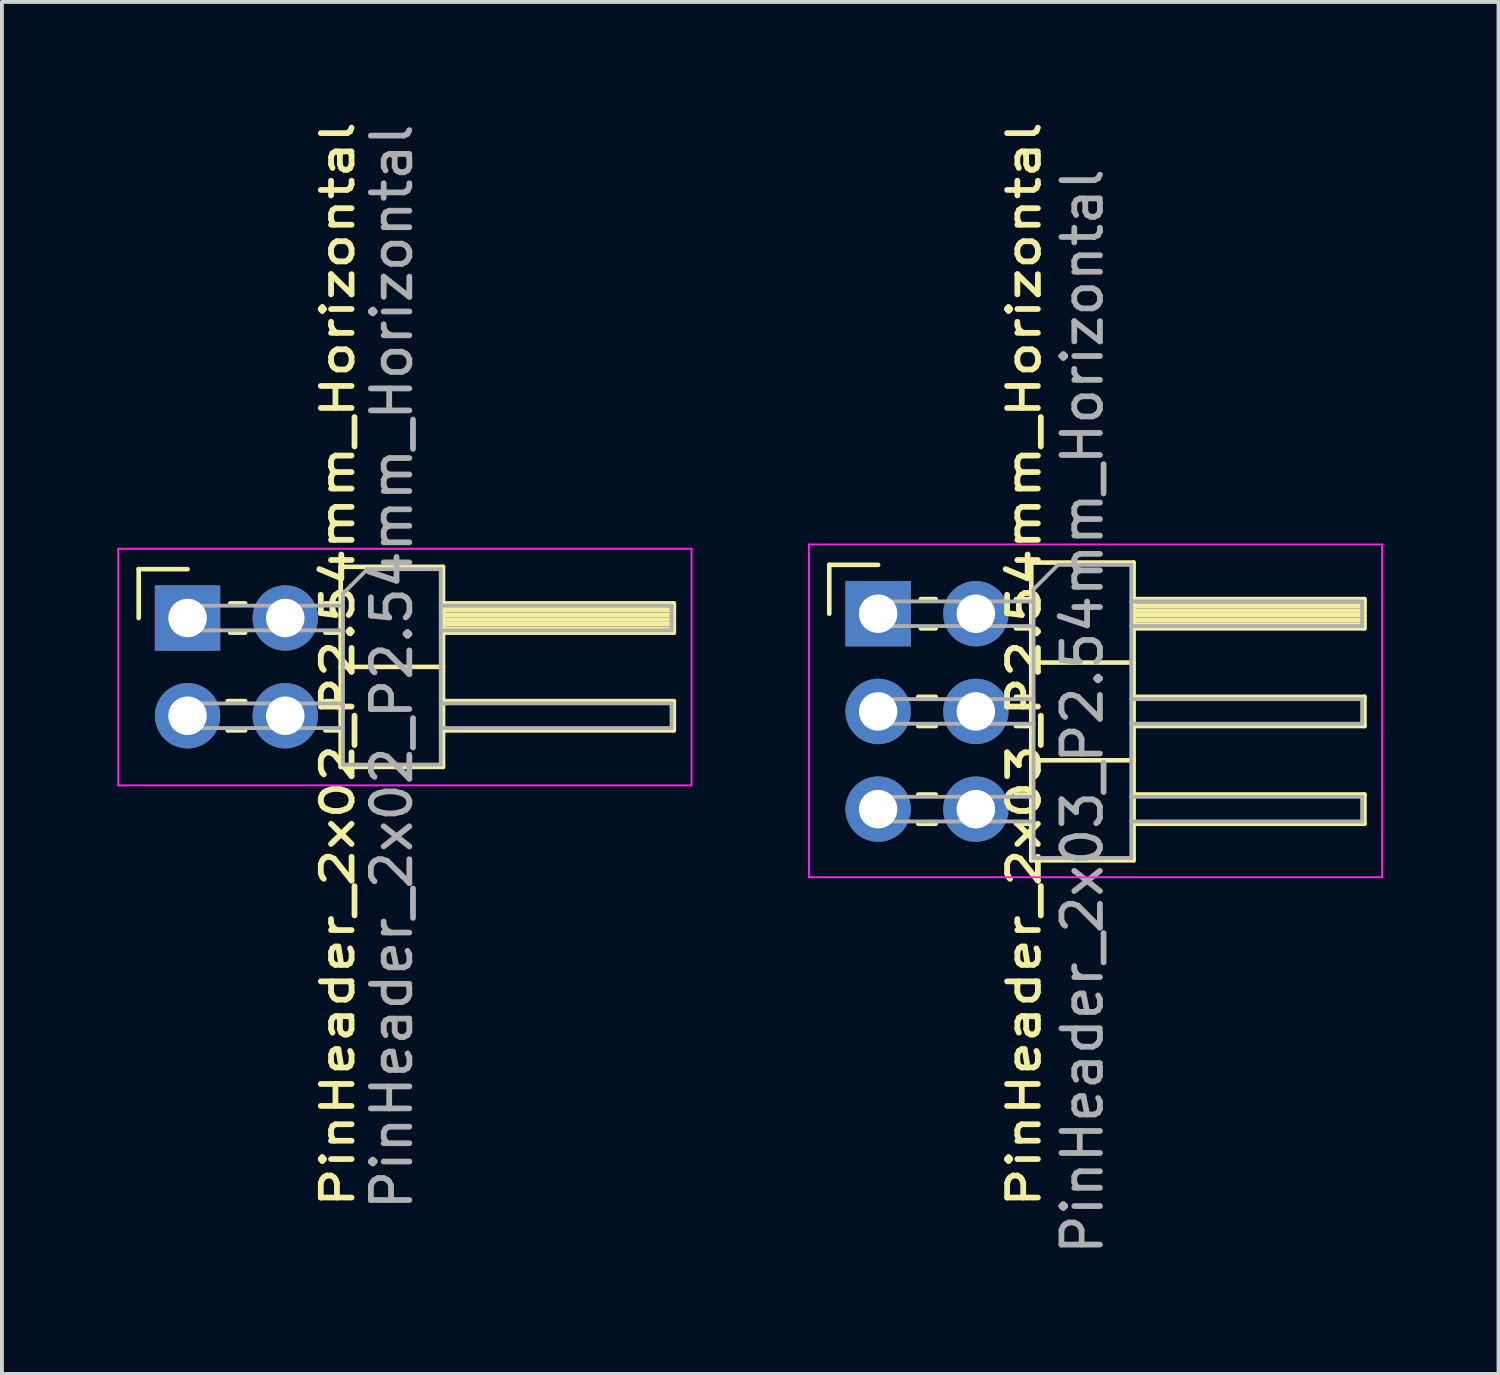
<source format=kicad_pcb>
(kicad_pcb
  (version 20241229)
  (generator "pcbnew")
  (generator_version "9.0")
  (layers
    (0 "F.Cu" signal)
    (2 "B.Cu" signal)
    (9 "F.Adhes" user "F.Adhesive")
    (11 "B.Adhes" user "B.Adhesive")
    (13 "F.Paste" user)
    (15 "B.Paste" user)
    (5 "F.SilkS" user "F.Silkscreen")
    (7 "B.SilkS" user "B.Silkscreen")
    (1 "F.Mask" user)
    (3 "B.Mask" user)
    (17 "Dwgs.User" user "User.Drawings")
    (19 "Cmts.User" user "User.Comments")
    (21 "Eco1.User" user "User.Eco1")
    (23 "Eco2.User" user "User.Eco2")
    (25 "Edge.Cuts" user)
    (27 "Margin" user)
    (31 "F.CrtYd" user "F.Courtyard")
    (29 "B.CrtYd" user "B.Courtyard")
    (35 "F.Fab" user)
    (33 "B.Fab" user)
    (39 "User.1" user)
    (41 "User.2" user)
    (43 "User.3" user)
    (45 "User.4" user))
  (footprint "PinHeader_2x02_P2.54mm_Horizontal"
    (layer "F.Cu")
    (at 1.825 13.014)
    (property "Reference" "PinHeader_2x02_P2.54mm_Horizontal" (at 3.901 1.206 270) (layer "F.SilkS") (effects (font (size 0.8 1) (thickness 0.15))))
    (attr through_hole)
    (fp_line (start -1.27 -1.27) (end 0 -1.27) (stroke (width 0.12) (type solid)) (layer "F.SilkS"))
    (fp_line (start -1.27 0) (end -1.27 -1.27) (stroke (width 0.12) (type solid)) (layer "F.SilkS"))
    (fp_line (start 1.043 2.16) (end 1.497 2.16) (stroke (width 0.12) (type solid)) (layer "F.SilkS"))
    (fp_line (start 1.043 2.92) (end 1.497 2.92) (stroke (width 0.12) (type solid)) (layer "F.SilkS"))
    (fp_line (start 1.11 -0.38) (end 1.497 -0.38) (stroke (width 0.12) (type solid)) (layer "F.SilkS"))
    (fp_line (start 1.11 0.38) (end 1.497 0.38) (stroke (width 0.12) (type solid)) (layer "F.SilkS"))
    (fp_line (start 3.583 -0.38) (end 3.98 -0.38) (stroke (width 0.12) (type solid)) (layer "F.SilkS"))
    (fp_line (start 3.583 0.38) (end 3.98 0.38) (stroke (width 0.12) (type solid)) (layer "F.SilkS"))
    (fp_line (start 3.583 2.16) (end 3.98 2.16) (stroke (width 0.12) (type solid)) (layer "F.SilkS"))
    (fp_line (start 3.583 2.92) (end 3.98 2.92) (stroke (width 0.12) (type solid)) (layer "F.SilkS"))
    (fp_line (start 3.98 -1.33) (end 3.98 3.87) (stroke (width 0.12) (type solid)) (layer "F.SilkS"))
    (fp_line (start 3.98 1.27) (end 6.64 1.27) (stroke (width 0.12) (type solid)) (layer "F.SilkS"))
    (fp_line (start 3.98 3.87) (end 6.64 3.87) (stroke (width 0.12) (type solid)) (layer "F.SilkS"))
    (fp_line (start 6.64 -1.33) (end 3.98 -1.33) (stroke (width 0.12) (type solid)) (layer "F.SilkS"))
    (fp_line (start 6.64 -0.38) (end 12.64 -0.38) (stroke (width 0.12) (type solid)) (layer "F.SilkS"))
    (fp_line (start 6.64 -0.32) (end 12.64 -0.32) (stroke (width 0.12) (type solid)) (layer "F.SilkS"))
    (fp_line (start 6.64 -0.2) (end 12.64 -0.2) (stroke (width 0.12) (type solid)) (layer "F.SilkS"))
    (fp_line (start 6.64 -0.08) (end 12.64 -0.08) (stroke (width 0.12) (type solid)) (layer "F.SilkS"))
    (fp_line (start 6.64 0.04) (end 12.64 0.04) (stroke (width 0.12) (type solid)) (layer "F.SilkS"))
    (fp_line (start 6.64 0.16) (end 12.64 0.16) (stroke (width 0.12) (type solid)) (layer "F.SilkS"))
    (fp_line (start 6.64 0.28) (end 12.64 0.28) (stroke (width 0.12) (type solid)) (layer "F.SilkS"))
    (fp_line (start 6.64 2.16) (end 12.64 2.16) (stroke (width 0.12) (type solid)) (layer "F.SilkS"))
    (fp_line (start 6.64 3.87) (end 6.64 -1.33) (stroke (width 0.12) (type solid)) (layer "F.SilkS"))
    (fp_line (start 12.64 -0.38) (end 12.64 0.38) (stroke (width 0.12) (type solid)) (layer "F.SilkS"))
    (fp_line (start 12.64 0.38) (end 6.64 0.38) (stroke (width 0.12) (type solid)) (layer "F.SilkS"))
    (fp_line (start 12.64 2.16) (end 12.64 2.92) (stroke (width 0.12) (type solid)) (layer "F.SilkS"))
    (fp_line (start 12.64 2.92) (end 6.64 2.92) (stroke (width 0.12) (type solid)) (layer "F.SilkS"))
    (fp_line (start -1.8 -1.8) (end -1.8 4.35) (stroke (width 0.05) (type solid)) (layer "F.CrtYd"))
    (fp_line (start -1.8 4.35) (end 13.1 4.35) (stroke (width 0.05) (type solid)) (layer "F.CrtYd"))
    (fp_line (start 13.1 -1.8) (end -1.8 -1.8) (stroke (width 0.05) (type solid)) (layer "F.CrtYd"))
    (fp_line (start 13.1 4.35) (end 13.1 -1.8) (stroke (width 0.05) (type solid)) (layer "F.CrtYd"))
    (fp_line (start -0.32 -0.32) (end -0.32 0.32) (stroke (width 0.1) (type solid)) (layer "F.Fab"))
    (fp_line (start -0.32 -0.32) (end 4.04 -0.32) (stroke (width 0.1) (type solid)) (layer "F.Fab"))
    (fp_line (start -0.32 0.32) (end 4.04 0.32) (stroke (width 0.1) (type solid)) (layer "F.Fab"))
    (fp_line (start -0.32 2.22) (end -0.32 2.86) (stroke (width 0.1) (type solid)) (layer "F.Fab"))
    (fp_line (start -0.32 2.22) (end 4.04 2.22) (stroke (width 0.1) (type solid)) (layer "F.Fab"))
    (fp_line (start -0.32 2.86) (end 4.04 2.86) (stroke (width 0.1) (type solid)) (layer "F.Fab"))
    (fp_line (start 4.04 -0.635) (end 4.675 -1.27) (stroke (width 0.1) (type solid)) (layer "F.Fab"))
    (fp_line (start 4.04 3.81) (end 4.04 -0.635) (stroke (width 0.1) (type solid)) (layer "F.Fab"))
    (fp_line (start 4.675 -1.27) (end 6.58 -1.27) (stroke (width 0.1) (type solid)) (layer "F.Fab"))
    (fp_line (start 6.58 -1.27) (end 6.58 3.81) (stroke (width 0.1) (type solid)) (layer "F.Fab"))
    (fp_line (start 6.58 -0.32) (end 12.58 -0.32) (stroke (width 0.1) (type solid)) (layer "F.Fab"))
    (fp_line (start 6.58 0.32) (end 12.58 0.32) (stroke (width 0.1) (type solid)) (layer "F.Fab"))
    (fp_line (start 6.58 2.22) (end 12.58 2.22) (stroke (width 0.1) (type solid)) (layer "F.Fab"))
    (fp_line (start 6.58 2.86) (end 12.58 2.86) (stroke (width 0.1) (type solid)) (layer "F.Fab"))
    (fp_line (start 6.58 3.81) (end 4.04 3.81) (stroke (width 0.1) (type solid)) (layer "F.Fab"))
    (fp_line (start 12.58 -0.32) (end 12.58 0.32) (stroke (width 0.1) (type solid)) (layer "F.Fab"))
    (fp_line (start 12.58 2.22) (end 12.58 2.86) (stroke (width 0.1) (type solid)) (layer "F.Fab"))
    (fp_text user "${REFERENCE}" (at 5.31 1.27 270) (layer "F.Fab") (effects (font (size 1 1) (thickness 0.15))))
    (pad "1" thru_hole rect (at 0 0) (size 1.7 1.7) (drill 1) (layers "*.Cu" "*.Mask"))
    (pad "2" thru_hole oval (at 2.54 0) (size 1.7 1.7) (drill 1) (layers "*.Cu" "*.Mask"))
    (pad "3" thru_hole oval (at 0 2.54) (size 1.7 1.7) (drill 1) (layers "*.Cu" "*.Mask"))
    (pad "4" thru_hole oval (at 2.54 2.54) (size 1.7 1.7) (drill 1) (layers "*.Cu" "*.Mask")))
  (footprint "PinHeader_2x03_P2.54mm_Horizontal"
    (layer "F.Cu")
    (at 19.775 12.902)
    (property "Reference" "PinHeader_2x03_P2.54mm_Horizontal" (at 3.79 1.318 90) (layer "F.SilkS") (effects (font (size 0.8 1) (thickness 0.15))))
    (attr through_hole)
    (fp_line (start -1.27 -1.27) (end 0 -1.27) (stroke (width 0.12) (type solid)) (layer "F.SilkS"))
    (fp_line (start -1.27 0) (end -1.27 -1.27) (stroke (width 0.12) (type solid)) (layer "F.SilkS"))
    (fp_line (start 1.043 2.16) (end 1.497 2.16) (stroke (width 0.12) (type solid)) (layer "F.SilkS"))
    (fp_line (start 1.043 2.92) (end 1.497 2.92) (stroke (width 0.12) (type solid)) (layer "F.SilkS"))
    (fp_line (start 1.043 4.7) (end 1.497 4.7) (stroke (width 0.12) (type solid)) (layer "F.SilkS"))
    (fp_line (start 1.043 5.46) (end 1.497 5.46) (stroke (width 0.12) (type solid)) (layer "F.SilkS"))
    (fp_line (start 1.11 -0.38) (end 1.497 -0.38) (stroke (width 0.12) (type solid)) (layer "F.SilkS"))
    (fp_line (start 1.11 0.38) (end 1.497 0.38) (stroke (width 0.12) (type solid)) (layer "F.SilkS"))
    (fp_line (start 3.583 -0.38) (end 3.98 -0.38) (stroke (width 0.12) (type solid)) (layer "F.SilkS"))
    (fp_line (start 3.583 0.38) (end 3.98 0.38) (stroke (width 0.12) (type solid)) (layer "F.SilkS"))
    (fp_line (start 3.583 2.16) (end 3.98 2.16) (stroke (width 0.12) (type solid)) (layer "F.SilkS"))
    (fp_line (start 3.583 2.92) (end 3.98 2.92) (stroke (width 0.12) (type solid)) (layer "F.SilkS"))
    (fp_line (start 3.583 4.7) (end 3.98 4.7) (stroke (width 0.12) (type solid)) (layer "F.SilkS"))
    (fp_line (start 3.583 5.46) (end 3.98 5.46) (stroke (width 0.12) (type solid)) (layer "F.SilkS"))
    (fp_line (start 3.98 -1.33) (end 3.98 6.41) (stroke (width 0.12) (type solid)) (layer "F.SilkS"))
    (fp_line (start 3.98 1.27) (end 6.64 1.27) (stroke (width 0.12) (type solid)) (layer "F.SilkS"))
    (fp_line (start 3.98 3.81) (end 6.64 3.81) (stroke (width 0.12) (type solid)) (layer "F.SilkS"))
    (fp_line (start 3.98 6.41) (end 6.64 6.41) (stroke (width 0.12) (type solid)) (layer "F.SilkS"))
    (fp_line (start 6.64 -1.33) (end 3.98 -1.33) (stroke (width 0.12) (type solid)) (layer "F.SilkS"))
    (fp_line (start 6.64 -0.38) (end 12.64 -0.38) (stroke (width 0.12) (type solid)) (layer "F.SilkS"))
    (fp_line (start 6.64 -0.32) (end 12.64 -0.32) (stroke (width 0.12) (type solid)) (layer "F.SilkS"))
    (fp_line (start 6.64 -0.2) (end 12.64 -0.2) (stroke (width 0.12) (type solid)) (layer "F.SilkS"))
    (fp_line (start 6.64 -0.08) (end 12.64 -0.08) (stroke (width 0.12) (type solid)) (layer "F.SilkS"))
    (fp_line (start 6.64 0.04) (end 12.64 0.04) (stroke (width 0.12) (type solid)) (layer "F.SilkS"))
    (fp_line (start 6.64 0.16) (end 12.64 0.16) (stroke (width 0.12) (type solid)) (layer "F.SilkS"))
    (fp_line (start 6.64 0.28) (end 12.64 0.28) (stroke (width 0.12) (type solid)) (layer "F.SilkS"))
    (fp_line (start 6.64 2.16) (end 12.64 2.16) (stroke (width 0.12) (type solid)) (layer "F.SilkS"))
    (fp_line (start 6.64 4.7) (end 12.64 4.7) (stroke (width 0.12) (type solid)) (layer "F.SilkS"))
    (fp_line (start 6.64 6.41) (end 6.64 -1.33) (stroke (width 0.12) (type solid)) (layer "F.SilkS"))
    (fp_line (start 12.64 -0.38) (end 12.64 0.38) (stroke (width 0.12) (type solid)) (layer "F.SilkS"))
    (fp_line (start 12.64 0.38) (end 6.64 0.38) (stroke (width 0.12) (type solid)) (layer "F.SilkS"))
    (fp_line (start 12.64 2.16) (end 12.64 2.92) (stroke (width 0.12) (type solid)) (layer "F.SilkS"))
    (fp_line (start 12.64 2.92) (end 6.64 2.92) (stroke (width 0.12) (type solid)) (layer "F.SilkS"))
    (fp_line (start 12.64 4.7) (end 12.64 5.46) (stroke (width 0.12) (type solid)) (layer "F.SilkS"))
    (fp_line (start 12.64 5.46) (end 6.64 5.46) (stroke (width 0.12) (type solid)) (layer "F.SilkS"))
    (fp_line (start -1.8 -1.8) (end -1.8 6.85) (stroke (width 0.05) (type solid)) (layer "F.CrtYd"))
    (fp_line (start -1.8 6.85) (end 13.1 6.85) (stroke (width 0.05) (type solid)) (layer "F.CrtYd"))
    (fp_line (start 13.1 -1.8) (end -1.8 -1.8) (stroke (width 0.05) (type solid)) (layer "F.CrtYd"))
    (fp_line (start 13.1 6.85) (end 13.1 -1.8) (stroke (width 0.05) (type solid)) (layer "F.CrtYd"))
    (fp_line (start -0.32 -0.32) (end -0.32 0.32) (stroke (width 0.1) (type solid)) (layer "F.Fab"))
    (fp_line (start -0.32 -0.32) (end 4.04 -0.32) (stroke (width 0.1) (type solid)) (layer "F.Fab"))
    (fp_line (start -0.32 0.32) (end 4.04 0.32) (stroke (width 0.1) (type solid)) (layer "F.Fab"))
    (fp_line (start -0.32 2.22) (end -0.32 2.86) (stroke (width 0.1) (type solid)) (layer "F.Fab"))
    (fp_line (start -0.32 2.22) (end 4.04 2.22) (stroke (width 0.1) (type solid)) (layer "F.Fab"))
    (fp_line (start -0.32 2.86) (end 4.04 2.86) (stroke (width 0.1) (type solid)) (layer "F.Fab"))
    (fp_line (start -0.32 4.76) (end -0.32 5.4) (stroke (width 0.1) (type solid)) (layer "F.Fab"))
    (fp_line (start -0.32 4.76) (end 4.04 4.76) (stroke (width 0.1) (type solid)) (layer "F.Fab"))
    (fp_line (start -0.32 5.4) (end 4.04 5.4) (stroke (width 0.1) (type solid)) (layer "F.Fab"))
    (fp_line (start 4.04 -0.635) (end 4.675 -1.27) (stroke (width 0.1) (type solid)) (layer "F.Fab"))
    (fp_line (start 4.04 6.35) (end 4.04 -0.635) (stroke (width 0.1) (type solid)) (layer "F.Fab"))
    (fp_line (start 4.675 -1.27) (end 6.58 -1.27) (stroke (width 0.1) (type solid)) (layer "F.Fab"))
    (fp_line (start 6.58 -1.27) (end 6.58 6.35) (stroke (width 0.1) (type solid)) (layer "F.Fab"))
    (fp_line (start 6.58 -0.32) (end 12.58 -0.32) (stroke (width 0.1) (type solid)) (layer "F.Fab"))
    (fp_line (start 6.58 0.32) (end 12.58 0.32) (stroke (width 0.1) (type solid)) (layer "F.Fab"))
    (fp_line (start 6.58 2.22) (end 12.58 2.22) (stroke (width 0.1) (type solid)) (layer "F.Fab"))
    (fp_line (start 6.58 2.86) (end 12.58 2.86) (stroke (width 0.1) (type solid)) (layer "F.Fab"))
    (fp_line (start 6.58 4.76) (end 12.58 4.76) (stroke (width 0.1) (type solid)) (layer "F.Fab"))
    (fp_line (start 6.58 5.4) (end 12.58 5.4) (stroke (width 0.1) (type solid)) (layer "F.Fab"))
    (fp_line (start 6.58 6.35) (end 4.04 6.35) (stroke (width 0.1) (type solid)) (layer "F.Fab"))
    (fp_line (start 12.58 -0.32) (end 12.58 0.32) (stroke (width 0.1) (type solid)) (layer "F.Fab"))
    (fp_line (start 12.58 2.22) (end 12.58 2.86) (stroke (width 0.1) (type solid)) (layer "F.Fab"))
    (fp_line (start 12.58 4.76) (end 12.58 5.4) (stroke (width 0.1) (type solid)) (layer "F.Fab"))
    (fp_text user "${REFERENCE}" (at 5.31 2.54 270) (layer "F.Fab") (effects (font (size 1 1) (thickness 0.15))))
    (pad "1" thru_hole rect (at 0 0) (size 1.7 1.7) (drill 1) (layers "*.Cu" "*.Mask"))
    (pad "2" thru_hole oval (at 2.54 0) (size 1.7 1.7) (drill 1) (layers "*.Cu" "*.Mask"))
    (pad "3" thru_hole oval (at 0 2.54) (size 1.7 1.7) (drill 1) (layers "*.Cu" "*.Mask"))
    (pad "4" thru_hole oval (at 2.54 2.54) (size 1.7 1.7) (drill 1) (layers "*.Cu" "*.Mask"))
    (pad "5" thru_hole oval (at 0 5.08) (size 1.7 1.7) (drill 1) (layers "*.Cu" "*.Mask"))
    (pad "6" thru_hole oval (at 2.54 5.08) (size 1.7 1.7) (drill 1) (layers "*.Cu" "*.Mask")))
  (gr_rect
    (start -3 -3)
    (end 35.9 32.662)
    (stroke (width 0.1) (type default))
    (fill no)
    (layer "Edge.Cuts")))
</source>
